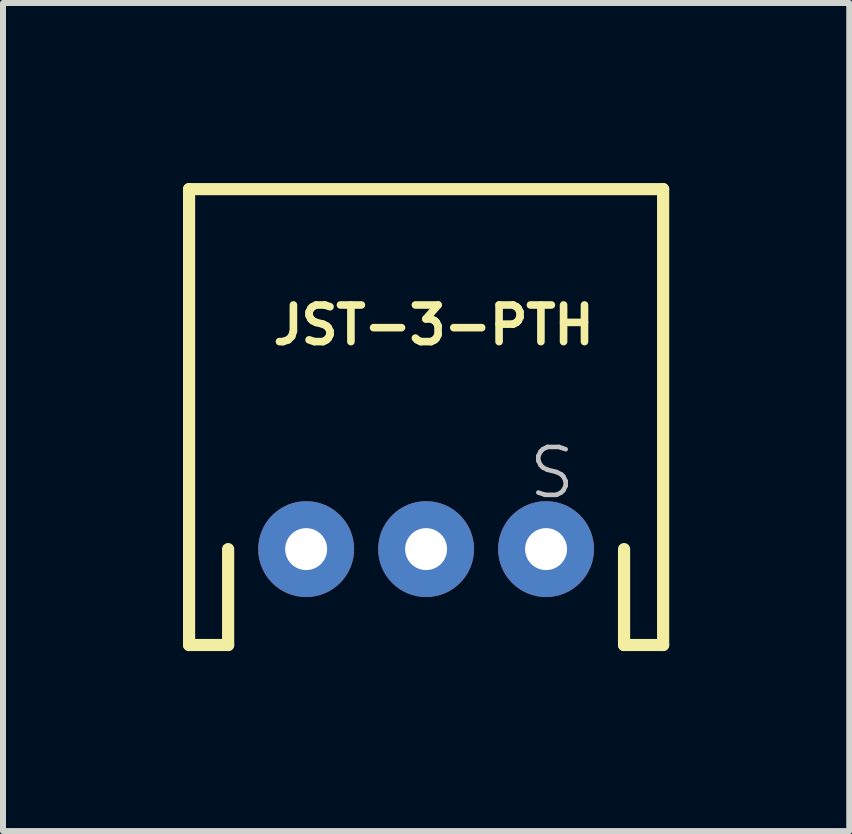
<source format=kicad_pcb>
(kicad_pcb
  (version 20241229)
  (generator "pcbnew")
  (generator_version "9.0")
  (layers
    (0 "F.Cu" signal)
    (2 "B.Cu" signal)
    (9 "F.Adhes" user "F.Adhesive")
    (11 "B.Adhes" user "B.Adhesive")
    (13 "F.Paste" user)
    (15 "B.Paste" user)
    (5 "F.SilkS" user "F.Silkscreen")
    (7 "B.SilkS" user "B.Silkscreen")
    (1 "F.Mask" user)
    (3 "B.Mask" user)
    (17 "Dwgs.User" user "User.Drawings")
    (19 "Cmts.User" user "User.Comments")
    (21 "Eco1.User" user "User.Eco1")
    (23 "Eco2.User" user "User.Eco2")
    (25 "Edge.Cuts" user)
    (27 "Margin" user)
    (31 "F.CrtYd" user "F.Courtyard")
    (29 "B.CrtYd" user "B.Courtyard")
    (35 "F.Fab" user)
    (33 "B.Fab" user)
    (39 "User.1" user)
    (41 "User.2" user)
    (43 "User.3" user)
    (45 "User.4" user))
  (footprint "JST-3-PTH"
    (layer "F.Cu")
    (at 4.051 6.101)
    (property "Reference" "JST-3-PTH" (at 0.127 -3.734 0) (layer "F.SilkS") (effects (font (size 0.61 0.61) (thickness 0.127))))
    (attr exclude_from_pos_files exclude_from_bom)
    (fp_line (start -3.95 -5.999) (end 3.95 -5.999) (stroke (width 0.203) (type solid)) (layer "F.SilkS"))
    (fp_line (start -3.95 1.598) (end -3.95 -5.999) (stroke (width 0.203) (type solid)) (layer "F.SilkS"))
    (fp_line (start -3.95 1.598) (end -3.299 1.598) (stroke (width 0.203) (type solid)) (layer "F.SilkS"))
    (fp_line (start -3.299 1.598) (end -3.299 0) (stroke (width 0.203) (type solid)) (layer "F.SilkS"))
    (fp_line (start 3.299 1.598) (end 3.299 0) (stroke (width 0.203) (type solid)) (layer "F.SilkS"))
    (fp_line (start 3.95 -5.999) (end 3.95 1.598) (stroke (width 0.203) (type solid)) (layer "F.SilkS"))
    (fp_line (start 3.95 1.598) (end 3.299 1.598) (stroke (width 0.203) (type solid)) (layer "F.SilkS"))
    (fp_text user "S" (at 2.098 -1.27 0) (layer "Dwgs.User") (effects (font (size 0.798 0.798) (thickness 0.076))))
    (pad "1" thru_hole circle (at -1.999 0) (size 1.598 1.598) (drill 0.699) (layers "*.Cu" "*.Paste" "*.Mask"))
    (pad "2" thru_hole circle (at 0 0) (size 1.598 1.598) (drill 0.699) (layers "*.Cu" "*.Paste" "*.Mask"))
    (pad "3" thru_hole circle (at 1.999 0) (size 1.598 1.598) (drill 0.699) (layers "*.Cu" "*.Paste" "*.Mask")))
  (gr_rect
    (start -3 -3)
    (end 11.103 10.8)
    (stroke (width 0.1) (type default))
    (fill no)
    (layer "Edge.Cuts")))
</source>
